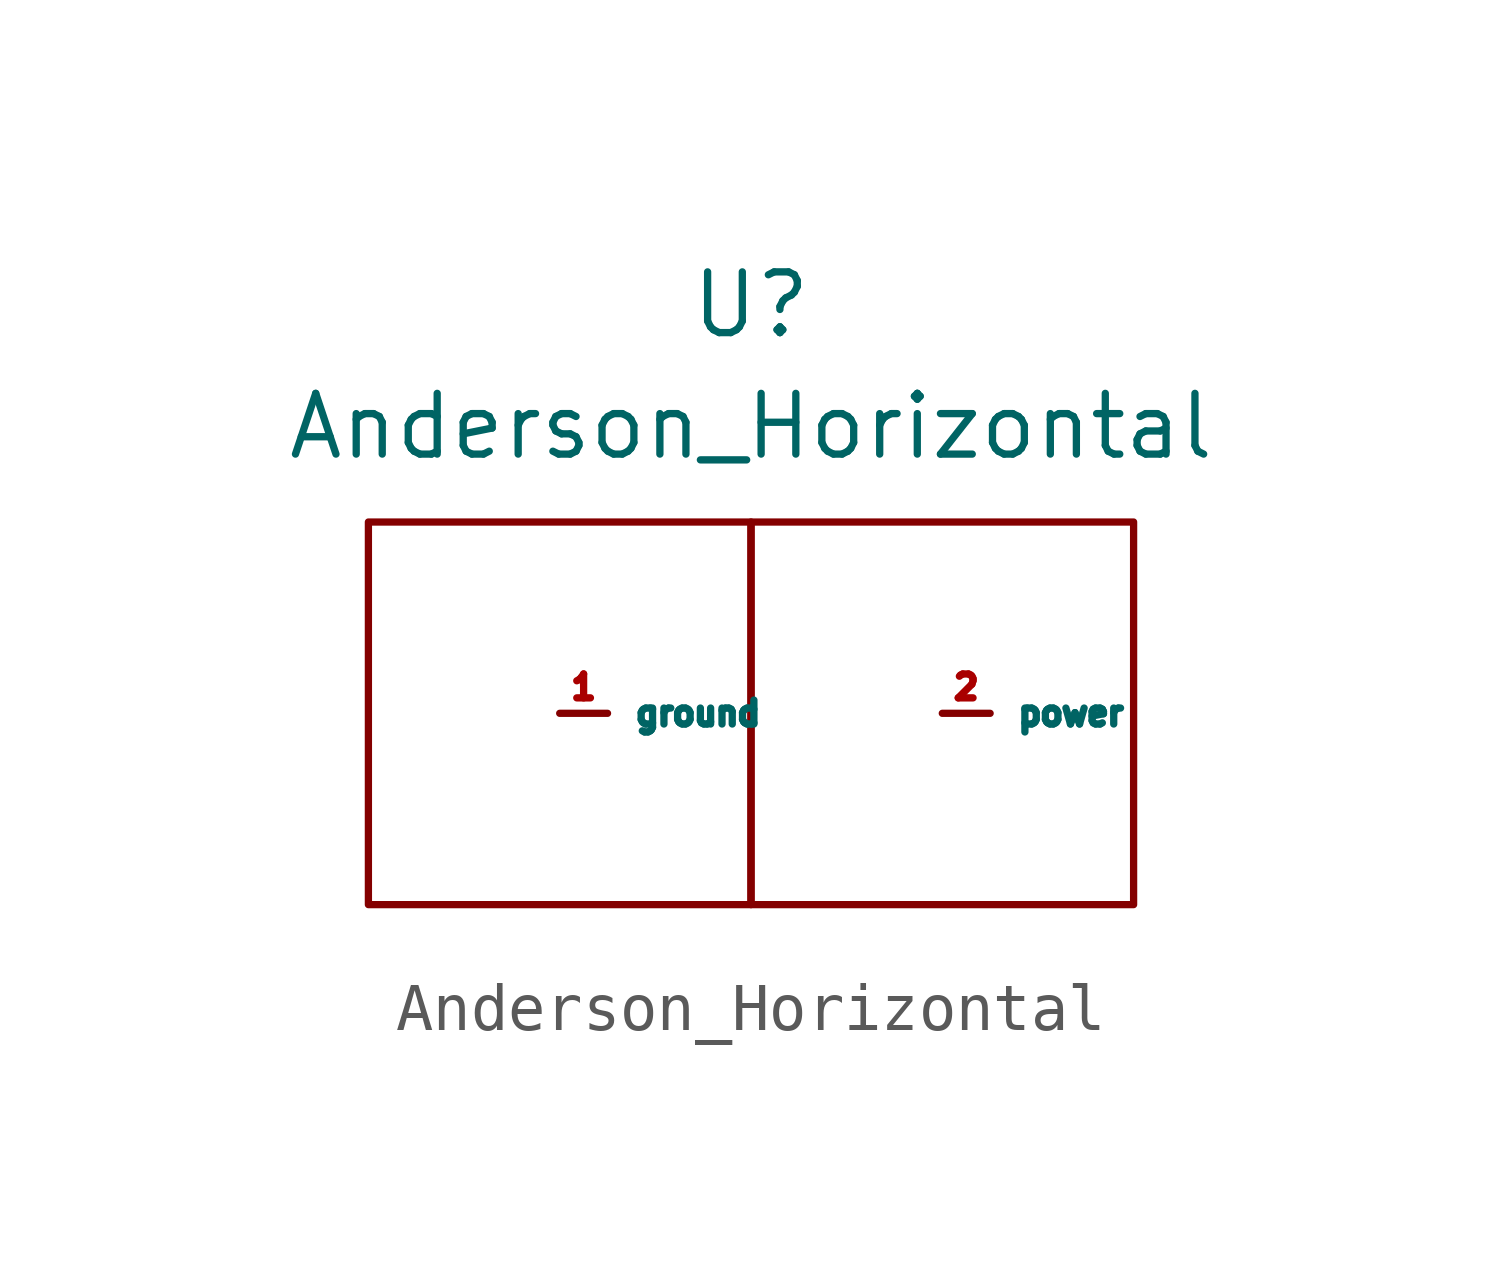
<source format=kicad_sym>
(kicad_symbol_lib
  (version 20211014)
  (generator kicad_symbol_editor)
  (symbol "Anderson_Horizontal"
    (property "Reference" "U"
      (at 0 4.54 0)
      (effects (font (size 1.27 1.27))))
    (property "Value" "Anderson_Horizontal"
      (at 0 2 0)
      (effects (font (size 1.27 1.27))))
    (symbol "Anderson_Horizontal_0_1"
      (rectangle (start 0 0) (end -8 -8) (stroke (width 0) (type default) (color 0 0 0 0)) (fill (type none)))
      (rectangle (start 0 0) (end 8 -8) (stroke (width 0) (type default) (color 0 0 0 0)) (fill (type none))))
    (symbol "Anderson_Horizontal_1_1"
      (pin passive line (at -4 -4 0) (length 1) (name "ground" (effects (font (size 0.5 0.5)))) (number "1" (effects (font (size 0.5 0.5)))))
      (pin passive line (at 4 -4 0) (length 1) (name "power" (effects (font (size 0.5 0.5)))) (number "2" (effects (font (size 0.5 0.5))))))))
</source>
